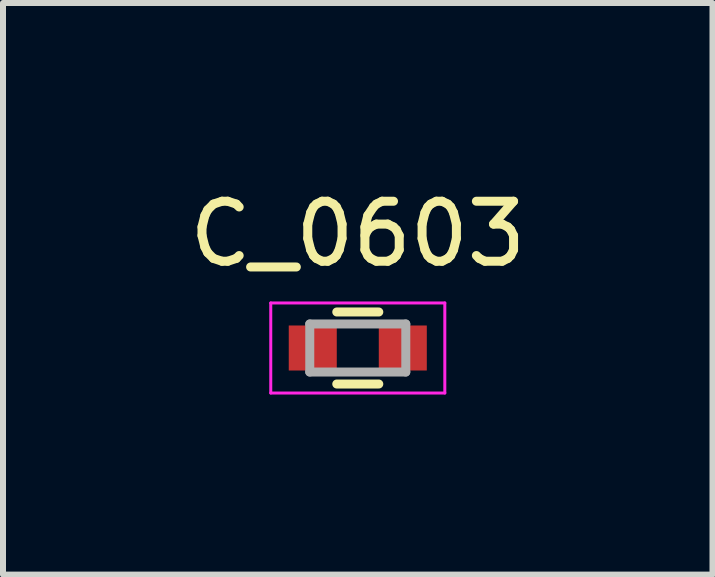
<source format=kicad_pcb>
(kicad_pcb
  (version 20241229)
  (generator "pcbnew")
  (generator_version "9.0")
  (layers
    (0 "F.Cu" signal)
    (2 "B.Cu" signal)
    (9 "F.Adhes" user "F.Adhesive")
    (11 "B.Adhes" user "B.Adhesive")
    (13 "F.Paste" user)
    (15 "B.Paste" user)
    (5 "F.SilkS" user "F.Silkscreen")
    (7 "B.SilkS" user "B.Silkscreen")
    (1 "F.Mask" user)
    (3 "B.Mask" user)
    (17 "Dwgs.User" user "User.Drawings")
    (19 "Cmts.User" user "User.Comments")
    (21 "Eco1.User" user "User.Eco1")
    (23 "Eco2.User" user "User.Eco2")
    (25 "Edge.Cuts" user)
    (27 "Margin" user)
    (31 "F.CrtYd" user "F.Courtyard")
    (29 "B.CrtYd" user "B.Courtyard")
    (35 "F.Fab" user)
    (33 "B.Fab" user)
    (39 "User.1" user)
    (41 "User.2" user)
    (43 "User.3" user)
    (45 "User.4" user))
  (footprint "C_0603"
    (layer "F.Cu")
    (at 2.911 2.748)
    (property "Reference" "C_0603" (at 0 -1.9 0) (layer "F.SilkS") (effects (font (size 1 1) (thickness 0.15))))
    (attr smd)
    (fp_line (start -0.35 -0.6) (end 0.35 -0.6) (stroke (width 0.15) (type solid)) (layer "F.SilkS"))
    (fp_line (start 0.35 0.6) (end -0.35 0.6) (stroke (width 0.15) (type solid)) (layer "F.SilkS"))
    (fp_line (start -1.45 -0.75) (end -1.45 0.75) (stroke (width 0.05) (type solid)) (layer "F.CrtYd"))
    (fp_line (start -1.45 -0.75) (end 1.45 -0.75) (stroke (width 0.05) (type solid)) (layer "F.CrtYd"))
    (fp_line (start -1.45 0.75) (end 1.45 0.75) (stroke (width 0.05) (type solid)) (layer "F.CrtYd"))
    (fp_line (start 1.45 -0.75) (end 1.45 0.75) (stroke (width 0.05) (type solid)) (layer "F.CrtYd"))
    (fp_line (start -0.8 -0.4) (end 0.8 -0.4) (stroke (width 0.15) (type solid)) (layer "F.Fab"))
    (fp_line (start -0.8 0.4) (end -0.8 -0.4) (stroke (width 0.15) (type solid)) (layer "F.Fab"))
    (fp_line (start 0.8 -0.4) (end 0.8 0.4) (stroke (width 0.15) (type solid)) (layer "F.Fab"))
    (fp_line (start 0.8 0.4) (end -0.8 0.4) (stroke (width 0.15) (type solid)) (layer "F.Fab"))
    (pad "1" smd rect (at -0.75 0) (size 0.8 0.75) (layers "F.Cu" "F.Mask" "F.Paste"))
    (pad "2" smd rect (at 0.75 0) (size 0.8 0.75) (layers "F.Cu" "F.Mask" "F.Paste")))
  (gr_rect
    (start -3 -3)
    (end 8.821 6.523)
    (stroke (width 0.1) (type default))
    (fill no)
    (layer "Edge.Cuts")))
</source>
